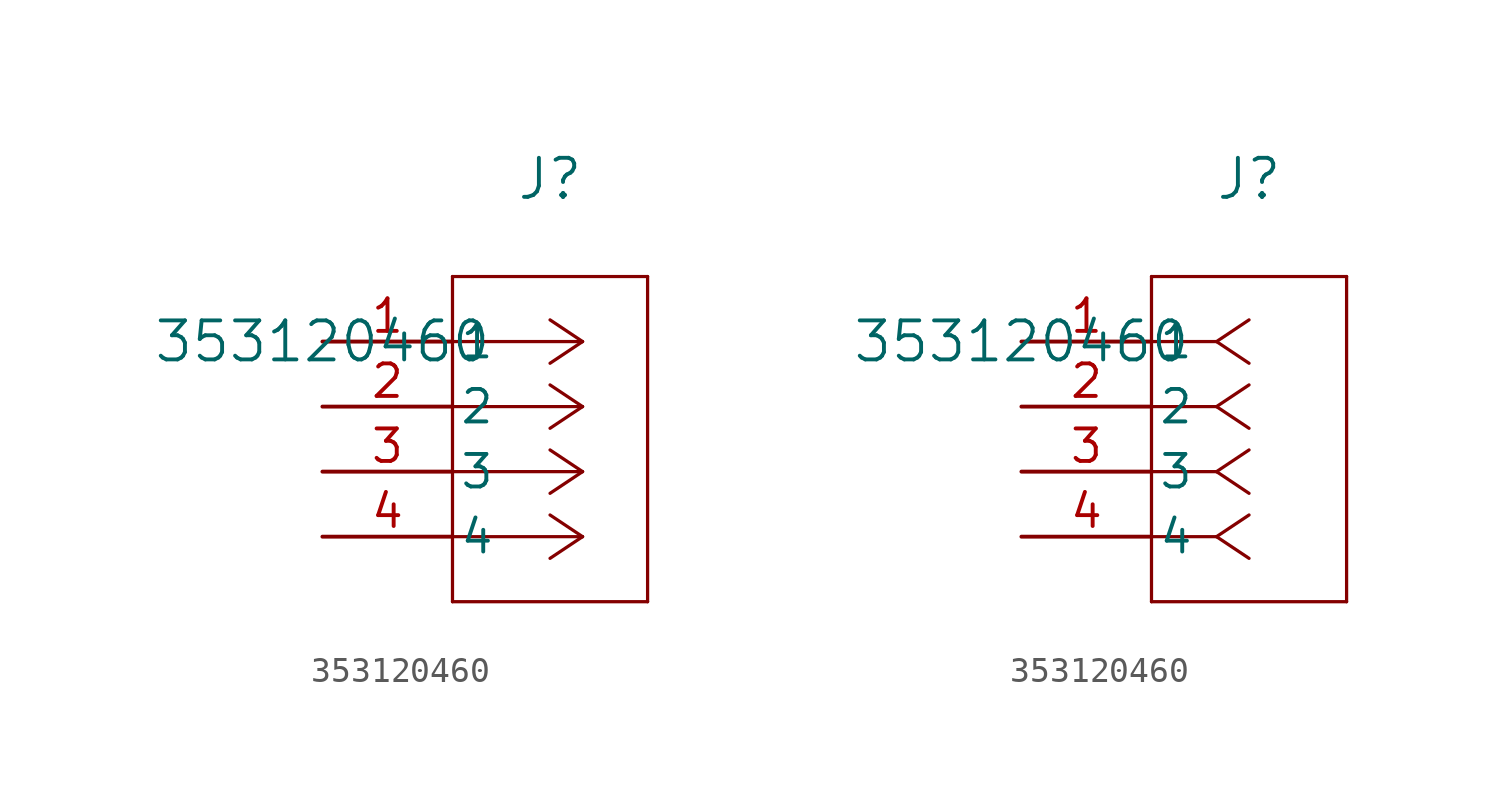
<source format=kicad_sym>
(kicad_symbol_lib
  (version 20211014)
  (generator kicad_symbol_editor)
  (symbol "353120460"
    (pin_names
      (offset 0.254))
    (property "Reference" "J"
      (at 8.89 6.35 0)
      (effects (font (size 1.524 1.524))))
    (property "Value" "353120460"
      (at 0 0 0)
      (effects (font (size 1.524 1.524))))
    (symbol "353120460_1_1"
      (polyline (pts (xy 10.16 0) (xy 5.08 0)) (stroke (width 0.127) (type default) (color 0 0 0 0)) (fill (type none)))
      (polyline (pts (xy 10.16 -2.54) (xy 5.08 -2.54)) (stroke (width 0.127) (type default) (color 0 0 0 0)) (fill (type none)))
      (polyline (pts (xy 10.16 -5.08) (xy 5.08 -5.08)) (stroke (width 0.127) (type default) (color 0 0 0 0)) (fill (type none)))
      (polyline (pts (xy 10.16 -7.62) (xy 5.08 -7.62)) (stroke (width 0.127) (type default) (color 0 0 0 0)) (fill (type none)))
      (polyline (pts (xy 10.16 0) (xy 8.89 0.847)) (stroke (width 0.127) (type default) (color 0 0 0 0)) (fill (type none)))
      (polyline (pts (xy 10.16 -2.54) (xy 8.89 -1.693)) (stroke (width 0.127) (type default) (color 0 0 0 0)) (fill (type none)))
      (polyline (pts (xy 10.16 -5.08) (xy 8.89 -4.233)) (stroke (width 0.127) (type default) (color 0 0 0 0)) (fill (type none)))
      (polyline (pts (xy 10.16 -7.62) (xy 8.89 -6.773)) (stroke (width 0.127) (type default) (color 0 0 0 0)) (fill (type none)))
      (polyline (pts (xy 10.16 0) (xy 8.89 -0.847)) (stroke (width 0.127) (type default) (color 0 0 0 0)) (fill (type none)))
      (polyline (pts (xy 10.16 -2.54) (xy 8.89 -3.387)) (stroke (width 0.127) (type default) (color 0 0 0 0)) (fill (type none)))
      (polyline (pts (xy 10.16 -5.08) (xy 8.89 -5.927)) (stroke (width 0.127) (type default) (color 0 0 0 0)) (fill (type none)))
      (polyline (pts (xy 10.16 -7.62) (xy 8.89 -8.467)) (stroke (width 0.127) (type default) (color 0 0 0 0)) (fill (type none)))
      (polyline (pts (xy 5.08 2.54) (xy 5.08 -10.16)) (stroke (width 0.127) (type default) (color 0 0 0 0)) (fill (type none)))
      (polyline (pts (xy 5.08 -10.16) (xy 12.7 -10.16)) (stroke (width 0.127) (type default) (color 0 0 0 0)) (fill (type none)))
      (polyline (pts (xy 12.7 -10.16) (xy 12.7 2.54)) (stroke (width 0.127) (type default) (color 0 0 0 0)) (fill (type none)))
      (polyline (pts (xy 12.7 2.54) (xy 5.08 2.54)) (stroke (width 0.127) (type default) (color 0 0 0 0)) (fill (type none)))
      (pin unspecified line (at 0 0 0) (length 5.08) (name "1" (effects (font (size 1.27 1.27)))) (number "1" (effects (font (size 1.27 1.27)))))
      (pin unspecified line (at 0 -2.54 0) (length 5.08) (name "2" (effects (font (size 1.27 1.27)))) (number "2" (effects (font (size 1.27 1.27)))))
      (pin unspecified line (at 0 -5.08 0) (length 5.08) (name "3" (effects (font (size 1.27 1.27)))) (number "3" (effects (font (size 1.27 1.27)))))
      (pin unspecified line (at 0 -7.62 0) (length 5.08) (name "4" (effects (font (size 1.27 1.27)))) (number "4" (effects (font (size 1.27 1.27))))))
    (symbol "353120460_1_2"
      (polyline (pts (xy 7.62 0) (xy 5.08 0)) (stroke (width 0.127) (type default) (color 0 0 0 0)) (fill (type none)))
      (polyline (pts (xy 7.62 -2.54) (xy 5.08 -2.54)) (stroke (width 0.127) (type default) (color 0 0 0 0)) (fill (type none)))
      (polyline (pts (xy 7.62 -5.08) (xy 5.08 -5.08)) (stroke (width 0.127) (type default) (color 0 0 0 0)) (fill (type none)))
      (polyline (pts (xy 7.62 -7.62) (xy 5.08 -7.62)) (stroke (width 0.127) (type default) (color 0 0 0 0)) (fill (type none)))
      (polyline (pts (xy 7.62 0) (xy 8.89 0.847)) (stroke (width 0.127) (type default) (color 0 0 0 0)) (fill (type none)))
      (polyline (pts (xy 7.62 -2.54) (xy 8.89 -1.693)) (stroke (width 0.127) (type default) (color 0 0 0 0)) (fill (type none)))
      (polyline (pts (xy 7.62 -5.08) (xy 8.89 -4.233)) (stroke (width 0.127) (type default) (color 0 0 0 0)) (fill (type none)))
      (polyline (pts (xy 7.62 -7.62) (xy 8.89 -6.773)) (stroke (width 0.127) (type default) (color 0 0 0 0)) (fill (type none)))
      (polyline (pts (xy 7.62 0) (xy 8.89 -0.847)) (stroke (width 0.127) (type default) (color 0 0 0 0)) (fill (type none)))
      (polyline (pts (xy 7.62 -2.54) (xy 8.89 -3.387)) (stroke (width 0.127) (type default) (color 0 0 0 0)) (fill (type none)))
      (polyline (pts (xy 7.62 -5.08) (xy 8.89 -5.927)) (stroke (width 0.127) (type default) (color 0 0 0 0)) (fill (type none)))
      (polyline (pts (xy 7.62 -7.62) (xy 8.89 -8.467)) (stroke (width 0.127) (type default) (color 0 0 0 0)) (fill (type none)))
      (polyline (pts (xy 5.08 2.54) (xy 5.08 -10.16)) (stroke (width 0.127) (type default) (color 0 0 0 0)) (fill (type none)))
      (polyline (pts (xy 5.08 -10.16) (xy 12.7 -10.16)) (stroke (width 0.127) (type default) (color 0 0 0 0)) (fill (type none)))
      (polyline (pts (xy 12.7 -10.16) (xy 12.7 2.54)) (stroke (width 0.127) (type default) (color 0 0 0 0)) (fill (type none)))
      (polyline (pts (xy 12.7 2.54) (xy 5.08 2.54)) (stroke (width 0.127) (type default) (color 0 0 0 0)) (fill (type none)))
      (pin unspecified line (at 0 0 0) (length 5.08) (name "1" (effects (font (size 1.27 1.27)))) (number "1" (effects (font (size 1.27 1.27)))))
      (pin unspecified line (at 0 -2.54 0) (length 5.08) (name "2" (effects (font (size 1.27 1.27)))) (number "2" (effects (font (size 1.27 1.27)))))
      (pin unspecified line (at 0 -5.08 0) (length 5.08) (name "3" (effects (font (size 1.27 1.27)))) (number "3" (effects (font (size 1.27 1.27)))))
      (pin unspecified line (at 0 -7.62 0) (length 5.08) (name "4" (effects (font (size 1.27 1.27)))) (number "4" (effects (font (size 1.27 1.27))))))))
</source>
